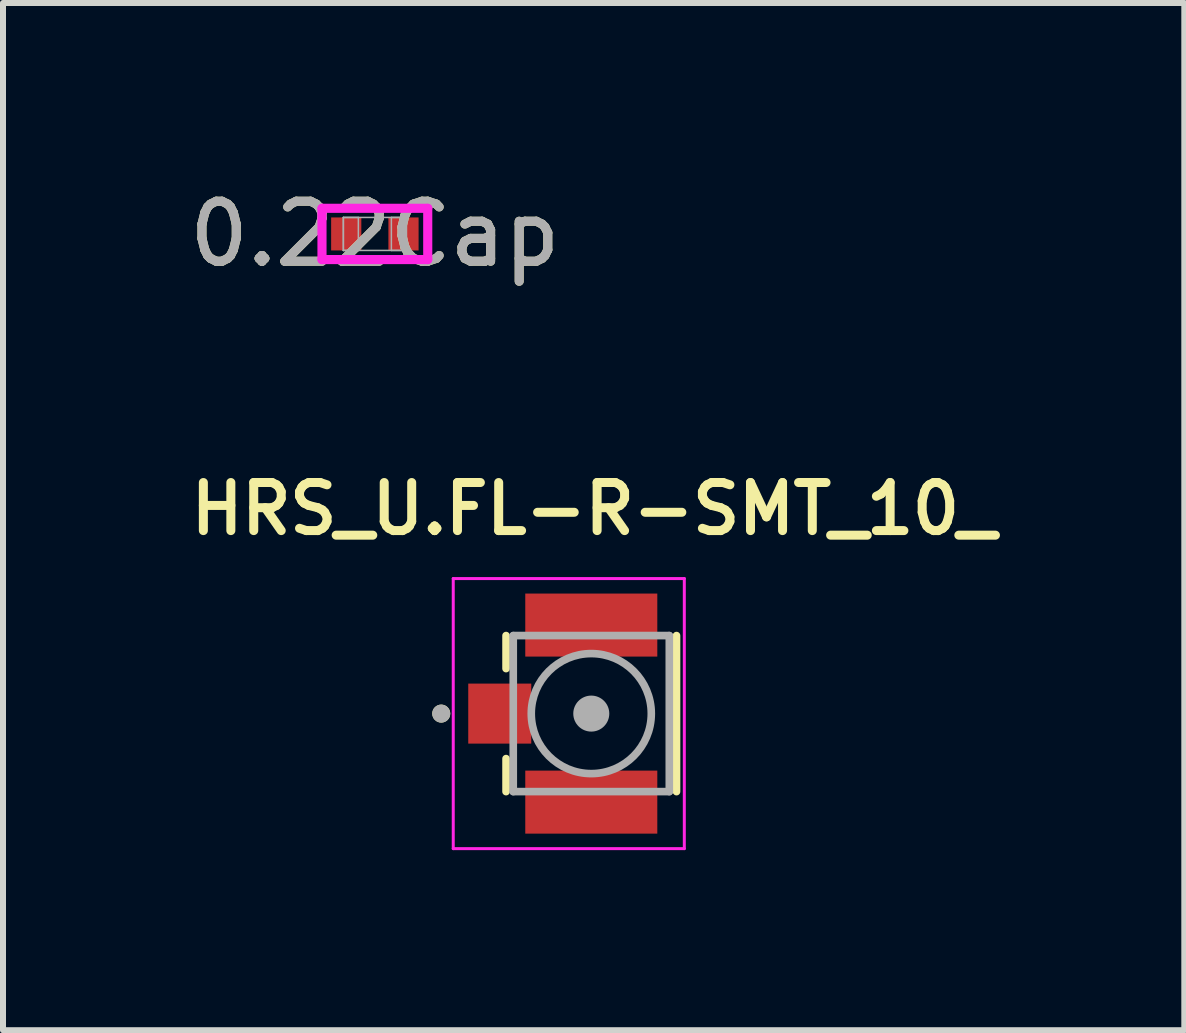
<source format=kicad_pcb>
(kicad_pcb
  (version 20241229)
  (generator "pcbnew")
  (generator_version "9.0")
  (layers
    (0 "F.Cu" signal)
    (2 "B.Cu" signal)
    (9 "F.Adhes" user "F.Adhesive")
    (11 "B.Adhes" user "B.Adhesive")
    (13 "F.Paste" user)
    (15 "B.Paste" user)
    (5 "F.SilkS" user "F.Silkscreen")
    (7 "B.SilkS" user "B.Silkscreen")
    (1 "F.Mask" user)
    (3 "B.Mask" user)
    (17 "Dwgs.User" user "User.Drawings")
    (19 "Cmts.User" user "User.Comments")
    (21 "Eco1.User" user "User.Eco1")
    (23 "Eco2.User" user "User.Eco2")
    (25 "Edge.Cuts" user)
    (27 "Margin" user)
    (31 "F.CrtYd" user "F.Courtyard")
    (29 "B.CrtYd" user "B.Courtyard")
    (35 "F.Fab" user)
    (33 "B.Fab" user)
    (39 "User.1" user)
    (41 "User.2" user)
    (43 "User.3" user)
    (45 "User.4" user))
  (footprint "0.22Cap"
    (layer "F.Cu")
    (at 3.196 0.848)
    (property "Reference" "0.22Cap" (at 0 0 0) (unlocked yes) (layer "F.SilkS") (effects (font (size 1 1) (thickness 0.15))))
    (attr smd)
    (fp_line (start -0.881 -0.427) (end 0.881 -0.427) (stroke (width 0.152) (type solid)) (layer "F.CrtYd"))
    (fp_line (start -0.881 0.427) (end -0.881 -0.427) (stroke (width 0.152) (type solid)) (layer "F.CrtYd"))
    (fp_line (start 0.881 -0.427) (end 0.881 0.427) (stroke (width 0.152) (type solid)) (layer "F.CrtYd"))
    (fp_line (start 0.881 0.427) (end -0.881 0.427) (stroke (width 0.152) (type solid)) (layer "F.CrtYd"))
    (fp_line (start -0.525 -0.275) (end -0.525 0.275) (stroke (width 0.025) (type solid)) (layer "F.Fab"))
    (fp_line (start -0.525 -0.275) (end -0.525 0.275) (stroke (width 0.025) (type solid)) (layer "F.Fab"))
    (fp_line (start -0.525 0.275) (end -0.275 0.275) (stroke (width 0.025) (type solid)) (layer "F.Fab"))
    (fp_line (start -0.525 0.275) (end 0.525 0.275) (stroke (width 0.025) (type solid)) (layer "F.Fab"))
    (fp_line (start -0.275 -0.275) (end -0.525 -0.275) (stroke (width 0.025) (type solid)) (layer "F.Fab"))
    (fp_line (start -0.275 0.275) (end -0.275 -0.275) (stroke (width 0.025) (type solid)) (layer "F.Fab"))
    (fp_line (start 0.275 -0.275) (end 0.275 0.275) (stroke (width 0.025) (type solid)) (layer "F.Fab"))
    (fp_line (start 0.275 0.275) (end 0.525 0.275) (stroke (width 0.025) (type solid)) (layer "F.Fab"))
    (fp_line (start 0.525 -0.275) (end -0.525 -0.275) (stroke (width 0.025) (type solid)) (layer "F.Fab"))
    (fp_line (start 0.525 -0.275) (end 0.275 -0.275) (stroke (width 0.025) (type solid)) (layer "F.Fab"))
    (fp_line (start 0.525 0.275) (end 0.525 -0.275) (stroke (width 0.025) (type solid)) (layer "F.Fab"))
    (fp_line (start 0.525 0.275) (end 0.525 -0.275) (stroke (width 0.025) (type solid)) (layer "F.Fab"))
    (fp_text user "${REFERENCE}" (at 0 0 0) (unlocked yes) (layer "F.Fab") (effects (font (size 1 1) (thickness 0.15))))
    (pad "1" smd rect (at -0.477 0) (size 0.503 0.55) (layers "F.Cu" "F.Mask" "F.Paste"))
    (pad "2" smd rect (at 0.477 0) (size 0.503 0.55) (layers "F.Cu" "F.Mask" "F.Paste"))
    (zone (net_name "") (layer "F.Cu") (hatch full 0.508) (connect_pads) (min_thickness 0.254) (filled_areas_thickness no) (keepout (tracks not_allowed) (vias not_allowed) (pads allowed) (copperpour not_allowed) (footprints allowed)) (placement (enabled no)) (fill) (polygon (pts (xy 3.022 0.624) (xy 3.371 0.624) (xy 3.371 1.072) (xy 3.022 1.072)))))
  (footprint "HRS_U.FL-R-SMT_10_"
    (layer "F.Cu")
    (at 6.802 8.84)
    (property "Reference" "HRS_U.FL-R-SMT_10_" (at 0.04 -3.412 0) (layer "F.SilkS") (effects (font (size 0.801 0.801) (thickness 0.15))))
    (attr smd)
    (fp_line (start -1.42 -1.3) (end -1.42 -0.75) (stroke (width 0.127) (type solid)) (layer "F.SilkS"))
    (fp_line (start -1.42 0.75) (end -1.42 1.3) (stroke (width 0.127) (type solid)) (layer "F.SilkS"))
    (fp_line (start 1.42 -1.3) (end 1.42 1.3) (stroke (width 0.127) (type solid)) (layer "F.SilkS"))
    (fp_circle (center -2.5 0) (end -2.425 0) (stroke (width 0.15) (type solid)) (fill no) (layer "F.SilkS"))
    (fp_line (start -2.3 -2.25) (end 1.55 -2.25) (stroke (width 0.05) (type solid)) (layer "F.CrtYd"))
    (fp_line (start -2.3 2.25) (end -2.3 -2.25) (stroke (width 0.05) (type solid)) (layer "F.CrtYd"))
    (fp_line (start 1.55 -2.25) (end 1.55 2.25) (stroke (width 0.05) (type solid)) (layer "F.CrtYd"))
    (fp_line (start 1.55 2.25) (end -2.3 2.25) (stroke (width 0.05) (type solid)) (layer "F.CrtYd"))
    (fp_line (start -1.3 -1.3) (end -1.3 1.3) (stroke (width 0.127) (type solid)) (layer "F.Fab"))
    (fp_line (start 1.3 -1.3) (end -1.3 -1.3) (stroke (width 0.127) (type solid)) (layer "F.Fab"))
    (fp_line (start 1.3 -1.3) (end 1.3 1.3) (stroke (width 0.127) (type solid)) (layer "F.Fab"))
    (fp_line (start 1.3 1.3) (end -1.3 1.3) (stroke (width 0.127) (type solid)) (layer "F.Fab"))
    (fp_circle (center -2.5 0) (end -2.425 0) (stroke (width 0.15) (type solid)) (fill no) (layer "F.Fab"))
    (fp_circle (center 0 0) (end 0.3 0) (stroke (width 0) (type solid)) (fill yes) (layer "F.Fab"))
    (fp_circle (center 0 0) (end 1 0) (stroke (width 0.127) (type solid)) (fill no) (layer "F.Fab"))
    (pad "1" smd rect (at -1.525 0) (size 1.05 1) (layers "F.Cu" "F.Mask" "F.Paste"))
    (pad "2" smd rect (at 0 -1.475) (size 2.2 1.05) (layers "F.Cu" "F.Mask" "F.Paste"))
    (pad "3" smd rect (at 0 1.475) (size 2.2 1.05) (layers "F.Cu" "F.Mask" "F.Paste"))
    (zone (net_name "") (layer "F.Cu") (hatch full 0.508) (connect_pads) (min_thickness 0.01) (filled_areas_thickness no) (keepout (tracks not_allowed) (vias not_allowed) (pads not_allowed) (copperpour not_allowed) (footprints allowed)) (placement (enabled no)) (fill) (polygon (pts (xy 5.802 7.89) (xy 8.102 7.89) (xy 8.102 9.79) (xy 5.802 9.79))))
    (zone (net_name "") (layers "F.Cu" "B.Cu") (hatch full 0.508) (connect_pads) (min_thickness 0.01) (filled_areas_thickness no) (keepout (tracks allowed) (vias not_allowed) (pads allowed) (copperpour allowed) (footprints allowed)) (placement (enabled no)) (fill) (polygon (pts (xy 5.802 7.89) (xy 8.102 7.89) (xy 8.102 9.79) (xy 5.802 9.79)))))
  (gr_rect
    (start -3 -3)
    (end 16.683 14.115)
    (stroke (width 0.1) (type default))
    (fill no)
    (layer "Edge.Cuts")))
</source>
